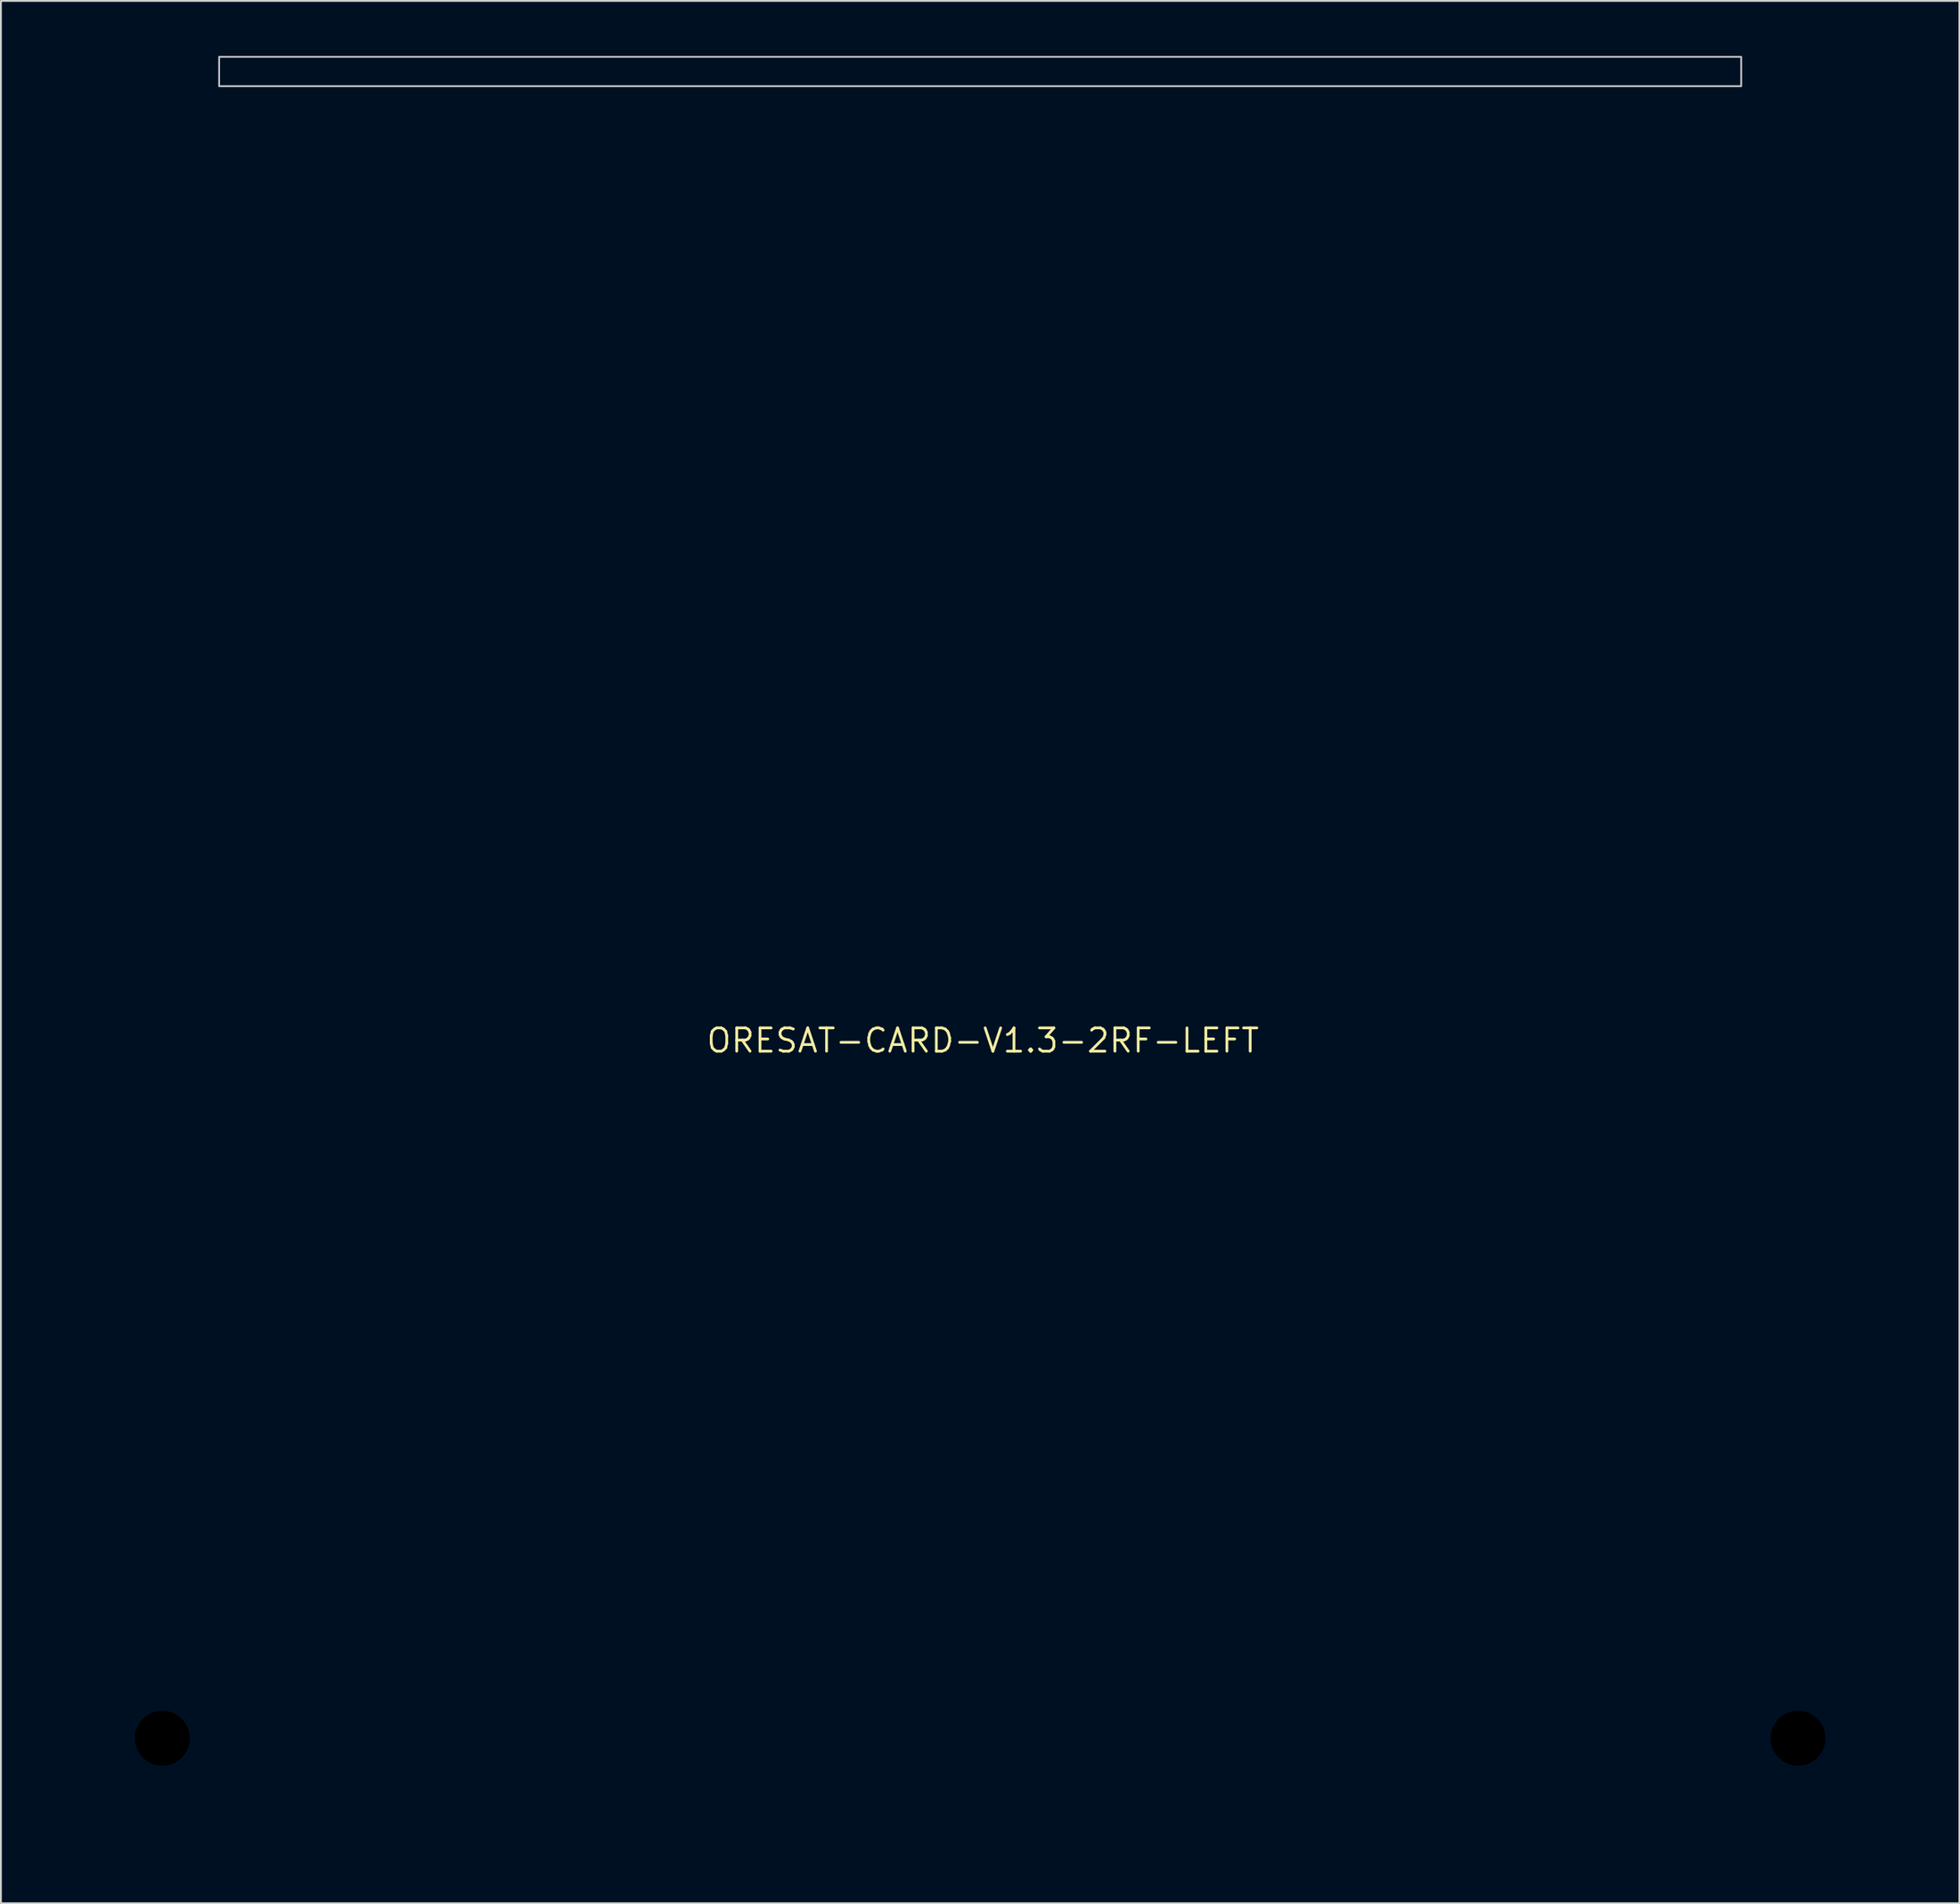
<source format=kicad_pcb>
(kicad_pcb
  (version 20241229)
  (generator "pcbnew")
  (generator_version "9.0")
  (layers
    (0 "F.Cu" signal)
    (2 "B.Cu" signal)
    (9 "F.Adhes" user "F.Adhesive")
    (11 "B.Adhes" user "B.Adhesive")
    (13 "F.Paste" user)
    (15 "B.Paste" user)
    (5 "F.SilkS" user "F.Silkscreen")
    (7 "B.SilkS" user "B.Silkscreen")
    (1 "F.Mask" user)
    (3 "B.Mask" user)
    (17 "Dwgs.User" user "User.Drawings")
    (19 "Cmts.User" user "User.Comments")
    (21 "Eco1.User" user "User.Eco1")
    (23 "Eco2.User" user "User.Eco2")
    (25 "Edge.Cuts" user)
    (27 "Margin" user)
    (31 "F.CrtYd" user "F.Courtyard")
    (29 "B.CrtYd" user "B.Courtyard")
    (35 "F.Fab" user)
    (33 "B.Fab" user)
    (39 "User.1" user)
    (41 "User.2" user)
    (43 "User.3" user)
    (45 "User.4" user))
  (footprint "ORESAT-CARD-V1.3-2RF-LEFT"
    (layer "F.Cu")
    (at 50.401 47.45)
    (property "Reference" "ORESAT-CARD-V1.3-2RF-LEFT" (at 0.15 6.25 0) (layer "F.SilkS") (effects (font (size 1.27 1.27) (thickness 0.15))))
    (fp_poly (pts (xy -47.15 41.25) (xy -49.403 41.25) (xy -49.542 41.232) (xy -49.675 41.177) (xy -49.789 41.089) (xy -49.879 40.973) (xy -49.95 40.707) (xy -49.95 -39.021) (xy -47.15 -41.821)) (stroke (width 0) (type solid)) (fill yes) (layer "F.Mask"))
    (fp_poly (pts (xy 49.95 -39.022) (xy 49.95 40.703) (xy 49.932 40.842) (xy 49.877 40.975) (xy 49.789 41.089) (xy 49.675 41.177) (xy 49.542 41.232) (xy 49.403 41.25) (xy 47.15 41.25) (xy 47.15 -41.614)) (stroke (width 0) (type solid)) (fill yes) (layer "F.Mask"))
    (fp_poly (pts (xy 34.45 49.303) (xy 34.432 49.442) (xy 34.377 49.575) (xy 34.289 49.689) (xy 34.175 49.777) (xy 34.042 49.832) (xy 33.903 49.85) (xy -33.903 49.85) (xy -34.042 49.832) (xy -34.175 49.777) (xy -34.289 49.689) (xy -34.379 49.573) (xy -34.45 49.307) (xy -34.45 47.15) (xy 34.45 47.15)) (stroke (width 0) (type solid)) (fill yes) (layer "F.Mask"))
    (fp_poly (pts (xy -47.15 41.25) (xy -49.403 41.25) (xy -49.542 41.232) (xy -49.675 41.177) (xy -49.789 41.089) (xy -49.879 40.973) (xy -49.95 40.707) (xy -49.95 -39.021) (xy -47.15 -41.821)) (stroke (width 0) (type solid)) (fill yes) (layer "B.Mask"))
    (fp_poly (pts (xy 49.95 -39.022) (xy 49.95 40.703) (xy 49.932 40.842) (xy 49.877 40.975) (xy 49.789 41.089) (xy 49.675 41.177) (xy 49.542 41.232) (xy 49.403 41.25) (xy 47.15 41.25) (xy 47.15 -41.614)) (stroke (width 0) (type solid)) (fill yes) (layer "B.Mask"))
    (fp_poly (pts (xy 34.45 49.303) (xy 34.432 49.442) (xy 34.377 49.575) (xy 34.289 49.689) (xy 34.175 49.777) (xy 34.042 49.832) (xy 33.903 49.85) (xy -33.903 49.85) (xy -34.042 49.832) (xy -34.175 49.777) (xy -34.289 49.689) (xy -34.379 49.573) (xy -34.45 49.307) (xy -34.45 47.15) (xy 34.45 47.15)) (stroke (width 0) (type solid)) (fill yes) (layer "B.Mask"))
    (fp_line (start -49.9 -39) (end -49.9 40.7) (stroke (width 0.001) (type solid)) (layer "Dwgs.User"))
    (fp_line (start -49.4 41.2) (end -47.65 41.2) (stroke (width 0.001) (type solid)) (layer "Dwgs.User"))
    (fp_line (start -47.4 -41.5) (end -47.4 41.2) (stroke (width 0.001) (type solid)) (layer "Dwgs.User"))
    (fp_line (start -47.15 41.7) (end -47.15 46.4) (stroke (width 0.001) (type solid)) (layer "Dwgs.User"))
    (fp_line (start -46.65 46.9) (end -45.3 46.9) (stroke (width 0.001) (type solid)) (layer "Dwgs.User"))
    (fp_line (start -45.3 -43.6) (end -49.9 -39) (stroke (width 0.001) (type solid)) (layer "Dwgs.User"))
    (fp_line (start -45.3 46.9) (end -45.3 -43.6) (stroke (width 0.001) (type solid)) (layer "Dwgs.User"))
    (fp_line (start -45.3 46.9) (end -34.9 46.9) (stroke (width 0.001) (type solid)) (layer "Dwgs.User"))
    (fp_line (start -44.1 -44.8) (end -45.3 -43.6) (stroke (width 0.001) (type solid)) (layer "Dwgs.User"))
    (fp_line (start -41.5 -45.8) (end -41.5 -47.4) (stroke (width 0.001) (type solid)) (layer "Dwgs.User"))
    (fp_line (start -41.5 46.9) (end -41.5 -44.8) (stroke (width 0.001) (type solid)) (layer "Dwgs.User"))
    (fp_line (start -41.232 -44.8) (end -44.1 -44.8) (stroke (width 0.001) (type solid)) (layer "Dwgs.User"))
    (fp_line (start -40.027 -38.1) (end 6.521 -38.1) (stroke (width 0.001) (type solid)) (layer "Dwgs.User"))
    (fp_line (start -34.4 47.4) (end -34.4 49.3) (stroke (width 0.001) (type solid)) (layer "Dwgs.User"))
    (fp_line (start -34.4 47.4) (end 34.4 47.4) (stroke (width 0.001) (type solid)) (layer "Dwgs.User"))
    (fp_line (start -33.9 49.8) (end 33.9 49.8) (stroke (width 0.001) (type solid)) (layer "Dwgs.User"))
    (fp_line (start -29 -38.094) (end -27 -38.094) (stroke (width 0.001) (type solid)) (layer "Dwgs.User"))
    (fp_line (start -28 -40.1) (end -28 -36.1) (stroke (width 0.001) (type solid)) (layer "Dwgs.User"))
    (fp_line (start -28 -39.094) (end -28 -37.094) (stroke (width 0.001) (type solid)) (layer "Dwgs.User"))
    (fp_line (start -18.232 -44.8) (end -37.768 -44.8) (stroke (width 0.001) (type solid)) (layer "Dwgs.User"))
    (fp_line (start -1 -38.094) (end 1 -38.094) (stroke (width 0.001) (type solid)) (layer "Dwgs.User"))
    (fp_line (start -1 0) (end 1 0) (stroke (width 0.001) (type solid)) (layer "Dwgs.User"))
    (fp_line (start 0 -39.094) (end 0 -37.094) (stroke (width 0.001) (type solid)) (layer "Dwgs.User"))
    (fp_line (start 0 -1) (end 0 1) (stroke (width 0.001) (type solid)) (layer "Dwgs.User"))
    (fp_line (start 0 5.228) (end 0 -40.1) (stroke (width 0.001) (type solid)) (layer "Dwgs.User"))
    (fp_line (start 14.768 -44.8) (end -14.768 -44.8) (stroke (width 0.001) (type solid)) (layer "Dwgs.User"))
    (fp_line (start 16.5 -43.8) (end 17.732 -43.8) (stroke (width 0.001) (type solid)) (layer "Dwgs.User"))
    (fp_line (start 18.232 -43.3) (end 18.232 -41.3) (stroke (width 0.001) (type solid)) (layer "Dwgs.User"))
    (fp_line (start 20.41 -40.8) (end 18.732 -40.8) (stroke (width 0.001) (type solid)) (layer "Dwgs.User"))
    (fp_line (start 20.41 -37.1) (end 20.41 -40.8) (stroke (width 0.001) (type solid)) (layer "Dwgs.User"))
    (fp_line (start 20.91 -36.6) (end 23.09 -36.6) (stroke (width 0.001) (type solid)) (layer "Dwgs.User"))
    (fp_line (start 23.59 -37.1) (end 23.59 -40.8) (stroke (width 0.001) (type solid)) (layer "Dwgs.User"))
    (fp_line (start 26.41 -40.8) (end 23.59 -40.8) (stroke (width 0.001) (type solid)) (layer "Dwgs.User"))
    (fp_line (start 26.41 -37.1) (end 26.41 -40.8) (stroke (width 0.001) (type solid)) (layer "Dwgs.User"))
    (fp_line (start 26.91 -36.6) (end 29.09 -36.6) (stroke (width 0.001) (type solid)) (layer "Dwgs.User"))
    (fp_line (start 29.59 -37.1) (end 29.59 -40.8) (stroke (width 0.001) (type solid)) (layer "Dwgs.User"))
    (fp_line (start 31.268 -40.8) (end 29.59 -40.8) (stroke (width 0.001) (type solid)) (layer "Dwgs.User"))
    (fp_line (start 31.768 -44.3) (end 31.768 -41.3) (stroke (width 0.001) (type solid)) (layer "Dwgs.User"))
    (fp_line (start 34.4 49.3) (end 34.4 47.4) (stroke (width 0.001) (type solid)) (layer "Dwgs.User"))
    (fp_line (start 34.9 46.9) (end 45.3 46.9) (stroke (width 0.001) (type solid)) (layer "Dwgs.User"))
    (fp_line (start 37.768 -44.8) (end 32.268 -44.8) (stroke (width 0.001) (type solid)) (layer "Dwgs.User"))
    (fp_line (start 41.5 -47.4) (end -41.5 -47.4) (stroke (width 0.001) (type solid)) (layer "Dwgs.User"))
    (fp_line (start 41.5 -47.4) (end 41.5 -45.8) (stroke (width 0.001) (type solid)) (layer "Dwgs.User"))
    (fp_line (start 41.5 -45.8) (end -41.5 -45.8) (stroke (width 0.001) (type solid)) (layer "Dwgs.User"))
    (fp_line (start 41.5 46.9) (end 41.5 -44.8) (stroke (width 0.001) (type solid)) (layer "Dwgs.User"))
    (fp_line (start 44.1 -44.8) (end 41.232 -44.8) (stroke (width 0.001) (type solid)) (layer "Dwgs.User"))
    (fp_line (start 45.3 -43.6) (end 44.1 -44.8) (stroke (width 0.001) (type solid)) (layer "Dwgs.User"))
    (fp_line (start 45.3 46.9) (end 45.3 -43.6) (stroke (width 0.001) (type solid)) (layer "Dwgs.User"))
    (fp_line (start 45.3 46.9) (end 46.65 46.9) (stroke (width 0.001) (type solid)) (layer "Dwgs.User"))
    (fp_line (start 47.15 46.4) (end 47.15 41.7) (stroke (width 0.001) (type solid)) (layer "Dwgs.User"))
    (fp_line (start 47.4 41.25) (end 47.4 -41.5) (stroke (width 0.001) (type solid)) (layer "Dwgs.User"))
    (fp_line (start 47.65 41.2) (end 49.4 41.2) (stroke (width 0.001) (type solid)) (layer "Dwgs.User"))
    (fp_line (start 49.9 -39) (end 45.3 -43.6) (stroke (width 0.001) (type solid)) (layer "Dwgs.User"))
    (fp_line (start 49.9 40.7) (end 49.9 -39) (stroke (width 0.001) (type solid)) (layer "Dwgs.User"))
    (fp_arc (start -49.4 41.2) (mid -49.753553 41.053553) (end -49.9 40.7) (stroke (width 0.001) (type solid)) (layer "Dwgs.User"))
    (fp_arc (start -47.65 41.2) (mid -47.296447 41.346447) (end -47.15 41.7) (stroke (width 0.001) (type solid)) (layer "Dwgs.User"))
    (fp_arc (start -46.65 46.9) (mid -47.003553 46.753553) (end -47.15 46.4) (stroke (width 0.001) (type solid)) (layer "Dwgs.User"))
    (fp_arc (start -37.76795 -44.8) (mid -39.499999 -43.800001) (end -41.232049 -44.799999) (stroke (width 0.001) (type solid)) (layer "Dwgs.User"))
    (fp_arc (start -34.9 46.9) (mid -34.546447 47.046447) (end -34.4 47.4) (stroke (width 0.001) (type solid)) (layer "Dwgs.User"))
    (fp_arc (start -33.9 49.8) (mid -34.253553 49.653553) (end -34.4 49.3) (stroke (width 0.001) (type solid)) (layer "Dwgs.User"))
    (fp_arc (start -14.76795 -44.8) (mid -16.499999 -43.800001) (end -18.232049 -44.799999) (stroke (width 0.001) (type solid)) (layer "Dwgs.User"))
    (fp_arc (start 16.5 -43.8) (mid 15.500001 -44.067949) (end 14.76795 -44.799999) (stroke (width 0.001) (type solid)) (layer "Dwgs.User"))
    (fp_arc (start 17.73205 -43.8) (mid 18.085571 -43.653536) (end 18.23205 -43.3) (stroke (width 0.001) (type solid)) (layer "Dwgs.User"))
    (fp_arc (start 18.73205 -40.8) (mid 18.378529 -40.946464) (end 18.23205 -41.3) (stroke (width 0.001) (type solid)) (layer "Dwgs.User"))
    (fp_arc (start 20.91 -36.6) (mid 20.556447 -36.746447) (end 20.41 -37.1) (stroke (width 0.001) (type solid)) (layer "Dwgs.User"))
    (fp_arc (start 23.59 -37.1) (mid 23.443553 -36.746447) (end 23.09 -36.6) (stroke (width 0.001) (type solid)) (layer "Dwgs.User"))
    (fp_arc (start 26.91 -36.6) (mid 26.556447 -36.746447) (end 26.41 -37.1) (stroke (width 0.001) (type solid)) (layer "Dwgs.User"))
    (fp_arc (start 29.59 -37.1) (mid 29.443553 -36.746447) (end 29.09 -36.6) (stroke (width 0.001) (type solid)) (layer "Dwgs.User"))
    (fp_arc (start 31.76795 -44.3) (mid 31.914386 -44.653564) (end 32.26795 -44.8) (stroke (width 0.001) (type solid)) (layer "Dwgs.User"))
    (fp_arc (start 31.76795 -41.3) (mid 31.621514 -40.946436) (end 31.26795 -40.8) (stroke (width 0.001) (type solid)) (layer "Dwgs.User"))
    (fp_arc (start 34.4 47.4) (mid 34.546447 47.046447) (end 34.9 46.9) (stroke (width 0.001) (type solid)) (layer "Dwgs.User"))
    (fp_arc (start 34.4 49.3) (mid 34.253553 49.653553) (end 33.9 49.8) (stroke (width 0.001) (type solid)) (layer "Dwgs.User"))
    (fp_arc (start 41.23205 -44.8) (mid 39.500001 -43.800001) (end 37.767951 -44.799999) (stroke (width 0.001) (type solid)) (layer "Dwgs.User"))
    (fp_arc (start 41.23205 -44.8) (mid 40.499999 -44.06795) (end 39.5 -43.799999) (stroke (width 0.001) (type solid)) (layer "Dwgs.User"))
    (fp_arc (start 47.15 41.7) (mid 47.296447 41.346447) (end 47.65 41.2) (stroke (width 0.001) (type solid)) (layer "Dwgs.User"))
    (fp_arc (start 47.15 46.4) (mid 47.003553 46.753553) (end 46.65 46.9) (stroke (width 0.001) (type solid)) (layer "Dwgs.User"))
    (fp_arc (start 49.9 40.7) (mid 49.753553 41.053553) (end 49.4 41.2) (stroke (width 0.001) (type solid)) (layer "Dwgs.User"))
    (fp_circle (center -28 -38.094) (end -27.5 -38.094) (stroke (width 0.001) (type solid)) (fill no) (layer "Dwgs.User"))
    (fp_circle (center 0 -38.094) (end 0.5 -38.094) (stroke (width 0.001) (type solid)) (fill no) (layer "Dwgs.User"))
    (fp_circle (center 0 0) (end 0.5 0) (stroke (width 0.001) (type solid)) (fill no) (layer "Dwgs.User"))
    (fp_circle (center 0 0) (end 2.5 0) (stroke (width 0.001) (type solid)) (fill no) (layer "Dwgs.User"))
    (fp_circle (center 20.41 -36.6) (end 20.57 -36.6) (stroke (width 0.001) (type solid)) (fill no) (layer "Dwgs.User"))
    (fp_circle (center 23.59 -36.6) (end 23.75 -36.6) (stroke (width 0.001) (type solid)) (fill no) (layer "Dwgs.User"))
    (fp_circle (center 26.41 -36.6) (end 26.57 -36.6) (stroke (width 0.001) (type solid)) (fill no) (layer "Dwgs.User"))
    (fp_circle (center 29.59 -36.6) (end 29.75 -36.6) (stroke (width 0.001) (type solid)) (fill no) (layer "Dwgs.User"))
    (fp_poly (pts (xy -41.5 -45.8) (xy 41.5 -45.8) (xy 41.5 -47.4) (xy -41.5 -47.4)) (stroke (width 0.1) (type solid)) (fill no) (layer "Dwgs.User"))
    (fp_line (start -49.9 -39) (end -49.9 40.7) (stroke (width 0.001) (type solid)) (layer "Edge.Cuts"))
    (fp_line (start -49.4 41.2) (end -47.65 41.2) (stroke (width 0.001) (type solid)) (layer "Edge.Cuts"))
    (fp_line (start -47.15 41.7) (end -47.15 46.4) (stroke (width 0.001) (type solid)) (layer "Edge.Cuts"))
    (fp_line (start -46.65 46.9) (end -34.9 46.9) (stroke (width 0.001) (type solid)) (layer "Edge.Cuts"))
    (fp_line (start -44.1 -44.8) (end -49.9 -39) (stroke (width 0.001) (type solid)) (layer "Edge.Cuts"))
    (fp_line (start -41.232 -44.8) (end -44.1 -44.8) (stroke (width 0.001) (type solid)) (layer "Edge.Cuts"))
    (fp_line (start -34.4 47.4) (end -34.4 49.3) (stroke (width 0.001) (type solid)) (layer "Edge.Cuts"))
    (fp_line (start -33.9 49.8) (end 33.9 49.8) (stroke (width 0.001) (type solid)) (layer "Edge.Cuts"))
    (fp_line (start -18.232 -44.8) (end -37.768 -44.8) (stroke (width 0.001) (type solid)) (layer "Edge.Cuts"))
    (fp_line (start 14.768 -44.8) (end -14.768 -44.8) (stroke (width 0.001) (type solid)) (layer "Edge.Cuts"))
    (fp_line (start 16.5 -43.8) (end 17.732 -43.8) (stroke (width 0.001) (type solid)) (layer "Edge.Cuts"))
    (fp_line (start 18.232 -43.3) (end 18.232 -41.3) (stroke (width 0.001) (type solid)) (layer "Edge.Cuts"))
    (fp_line (start 18.732 -40.8) (end 20.41 -40.8) (stroke (width 0.001) (type solid)) (layer "Edge.Cuts"))
    (fp_line (start 20.41 -40.8) (end 20.41 -37.1) (stroke (width 0.001) (type solid)) (layer "Edge.Cuts"))
    (fp_line (start 20.91 -36.6) (end 23.09 -36.6) (stroke (width 0.001) (type solid)) (layer "Edge.Cuts"))
    (fp_line (start 23.59 -37.1) (end 23.59 -40.8) (stroke (width 0.001) (type solid)) (layer "Edge.Cuts"))
    (fp_line (start 26.41 -40.8) (end 23.59 -40.8) (stroke (width 0.001) (type solid)) (layer "Edge.Cuts"))
    (fp_line (start 26.41 -37.1) (end 26.41 -40.8) (stroke (width 0.001) (type solid)) (layer "Edge.Cuts"))
    (fp_line (start 26.91 -36.6) (end 29.09 -36.6) (stroke (width 0.001) (type solid)) (layer "Edge.Cuts"))
    (fp_line (start 29.59 -37.1) (end 29.59 -40.8) (stroke (width 0.001) (type solid)) (layer "Edge.Cuts"))
    (fp_line (start 31.268 -40.8) (end 29.59 -40.8) (stroke (width 0.001) (type solid)) (layer "Edge.Cuts"))
    (fp_line (start 31.768 -44.3) (end 31.768 -41.3) (stroke (width 0.001) (type solid)) (layer "Edge.Cuts"))
    (fp_line (start 34.4 49.3) (end 34.4 47.4) (stroke (width 0.001) (type solid)) (layer "Edge.Cuts"))
    (fp_line (start 34.9 46.9) (end 46.65 46.9) (stroke (width 0.001) (type solid)) (layer "Edge.Cuts"))
    (fp_line (start 37.768 -44.8) (end 32.268 -44.8) (stroke (width 0.001) (type solid)) (layer "Edge.Cuts"))
    (fp_line (start 44.1 -44.8) (end 41.232 -44.8) (stroke (width 0.001) (type solid)) (layer "Edge.Cuts"))
    (fp_line (start 47.15 46.4) (end 47.15 41.7) (stroke (width 0.001) (type solid)) (layer "Edge.Cuts"))
    (fp_line (start 47.65 41.2) (end 49.4 41.2) (stroke (width 0.001) (type solid)) (layer "Edge.Cuts"))
    (fp_line (start 49.9 -39) (end 44.1 -44.8) (stroke (width 0.001) (type solid)) (layer "Edge.Cuts"))
    (fp_line (start 49.9 40.7) (end 49.9 -39) (stroke (width 0.001) (type solid)) (layer "Edge.Cuts"))
    (fp_arc (start -49.4 41.2) (mid -49.753553 41.053553) (end -49.9 40.7) (stroke (width 0.001) (type solid)) (layer "Edge.Cuts"))
    (fp_arc (start -47.65 41.2) (mid -47.296447 41.346447) (end -47.15 41.7) (stroke (width 0.001) (type solid)) (layer "Edge.Cuts"))
    (fp_arc (start -46.65 46.9) (mid -47.003553 46.753553) (end -47.15 46.4) (stroke (width 0.001) (type solid)) (layer "Edge.Cuts"))
    (fp_arc (start -37.767951 -44.799999) (mid -39.500001 -43.800001) (end -41.23205 -44.8) (stroke (width 0.001) (type solid)) (layer "Edge.Cuts"))
    (fp_arc (start -34.9 46.9) (mid -34.546447 47.046447) (end -34.4 47.4) (stroke (width 0.001) (type solid)) (layer "Edge.Cuts"))
    (fp_arc (start -33.9 49.8) (mid -34.253553 49.653553) (end -34.4 49.3) (stroke (width 0.001) (type solid)) (layer "Edge.Cuts"))
    (fp_arc (start -14.767951 -44.799999) (mid -16.500001 -43.800001) (end -18.23205 -44.8) (stroke (width 0.001) (type solid)) (layer "Edge.Cuts"))
    (fp_arc (start 16.499999 -43.8) (mid 15.5 -44.067949) (end 14.76795 -44.8) (stroke (width 0.001) (type solid)) (layer "Edge.Cuts"))
    (fp_arc (start 17.73205 -43.8) (mid 18.085571 -43.653536) (end 18.23205 -43.3) (stroke (width 0.001) (type solid)) (layer "Edge.Cuts"))
    (fp_arc (start 18.73205 -40.8) (mid 18.378529 -40.946464) (end 18.23205 -41.3) (stroke (width 0.001) (type solid)) (layer "Edge.Cuts"))
    (fp_arc (start 20.91 -36.6) (mid 20.556447 -36.746447) (end 20.41 -37.1) (stroke (width 0.001) (type solid)) (layer "Edge.Cuts"))
    (fp_arc (start 23.59 -37.1) (mid 23.443553 -36.746447) (end 23.09 -36.6) (stroke (width 0.001) (type solid)) (layer "Edge.Cuts"))
    (fp_arc (start 26.91 -36.6) (mid 26.556447 -36.746447) (end 26.41 -37.1) (stroke (width 0.001) (type solid)) (layer "Edge.Cuts"))
    (fp_arc (start 29.59 -37.1) (mid 29.443553 -36.746447) (end 29.09 -36.6) (stroke (width 0.001) (type solid)) (layer "Edge.Cuts"))
    (fp_arc (start 31.76795 -44.3) (mid 31.914386 -44.653564) (end 32.26795 -44.8) (stroke (width 0.001) (type solid)) (layer "Edge.Cuts"))
    (fp_arc (start 31.76795 -41.3) (mid 31.621514 -40.946436) (end 31.26795 -40.8) (stroke (width 0.001) (type solid)) (layer "Edge.Cuts"))
    (fp_arc (start 34.4 47.4) (mid 34.546447 47.046447) (end 34.9 46.9) (stroke (width 0.001) (type solid)) (layer "Edge.Cuts"))
    (fp_arc (start 34.4 49.3) (mid 34.253553 49.653553) (end 33.9 49.8) (stroke (width 0.001) (type solid)) (layer "Edge.Cuts"))
    (fp_arc (start 41.23205 -44.8) (mid 39.500001 -43.800001) (end 37.767951 -44.799999) (stroke (width 0.001) (type solid)) (layer "Edge.Cuts"))
    (fp_arc (start 47.15 41.7) (mid 47.296447 41.346447) (end 47.65 41.2) (stroke (width 0.001) (type solid)) (layer "Edge.Cuts"))
    (fp_arc (start 47.15 46.4) (mid 47.003553 46.753553) (end 46.65 46.9) (stroke (width 0.001) (type solid)) (layer "Edge.Cuts"))
    (fp_arc (start 49.9 40.7) (mid 49.753553 41.053553) (end 49.4 41.2) (stroke (width 0.001) (type solid)) (layer "Edge.Cuts"))
    (fp_line (start -50.4 -43.6) (end -50.4 50.3) (stroke (width 0.001) (type solid)) (layer "B.CrtYd"))
    (fp_line (start -50.4 50.3) (end 50.4 50.3) (stroke (width 0.001) (type solid)) (layer "B.CrtYd"))
    (fp_line (start -46.9 -43.6) (end -50.4 -43.6) (stroke (width 0.001) (type solid)) (layer "B.CrtYd"))
    (fp_line (start -46.9 46.9) (end -46.9 -43.6) (stroke (width 0.001) (type solid)) (layer "B.CrtYd"))
    (fp_line (start -46.9 46.9) (end 46.9 46.9) (stroke (width 0.001) (type solid)) (layer "B.CrtYd"))
    (fp_line (start 46.9 -43.6) (end 50.4 -43.6) (stroke (width 0.001) (type solid)) (layer "B.CrtYd"))
    (fp_line (start 46.9 46.9) (end 46.9 -43.6) (stroke (width 0.001) (type solid)) (layer "B.CrtYd"))
    (fp_line (start 50.4 -43.6) (end 50.4 50.3) (stroke (width 0.001) (type solid)) (layer "B.CrtYd"))
    (fp_line (start -50.4 -43.6) (end -50.4 50.3) (stroke (width 0.001) (type solid)) (layer "F.CrtYd"))
    (fp_line (start -50.4 50.3) (end 50.4 50.3) (stroke (width 0.001) (type solid)) (layer "F.CrtYd"))
    (fp_line (start -46.9 -43.6) (end -50.4 -43.6) (stroke (width 0.001) (type solid)) (layer "F.CrtYd"))
    (fp_line (start -46.9 46.9) (end -46.9 -43.6) (stroke (width 0.001) (type solid)) (layer "F.CrtYd"))
    (fp_line (start -46.9 46.9) (end 46.9 46.9) (stroke (width 0.001) (type solid)) (layer "F.CrtYd"))
    (fp_line (start 46.9 -43.6) (end 50.4 -43.6) (stroke (width 0.001) (type solid)) (layer "F.CrtYd"))
    (fp_line (start 46.9 46.9) (end 46.9 -43.6) (stroke (width 0.001) (type solid)) (layer "F.CrtYd"))
    (fp_line (start 50.4 -43.6) (end 50.4 50.3) (stroke (width 0.001) (type solid)) (layer "F.CrtYd"))
    (pad "" np_thru_hole circle (at -44.6 44.3) (size 3 3) (drill 3) (layers "*.Mask"))
    (pad "" np_thru_hole circle (at 44.6 44.3) (size 3 3) (drill 3) (layers "*.Mask")))
  (gr_rect
    (start -3 -3)
    (end 103.801 100.751)
    (stroke (width 0.1) (type default))
    (fill no)
    (layer "Edge.Cuts")))
</source>
